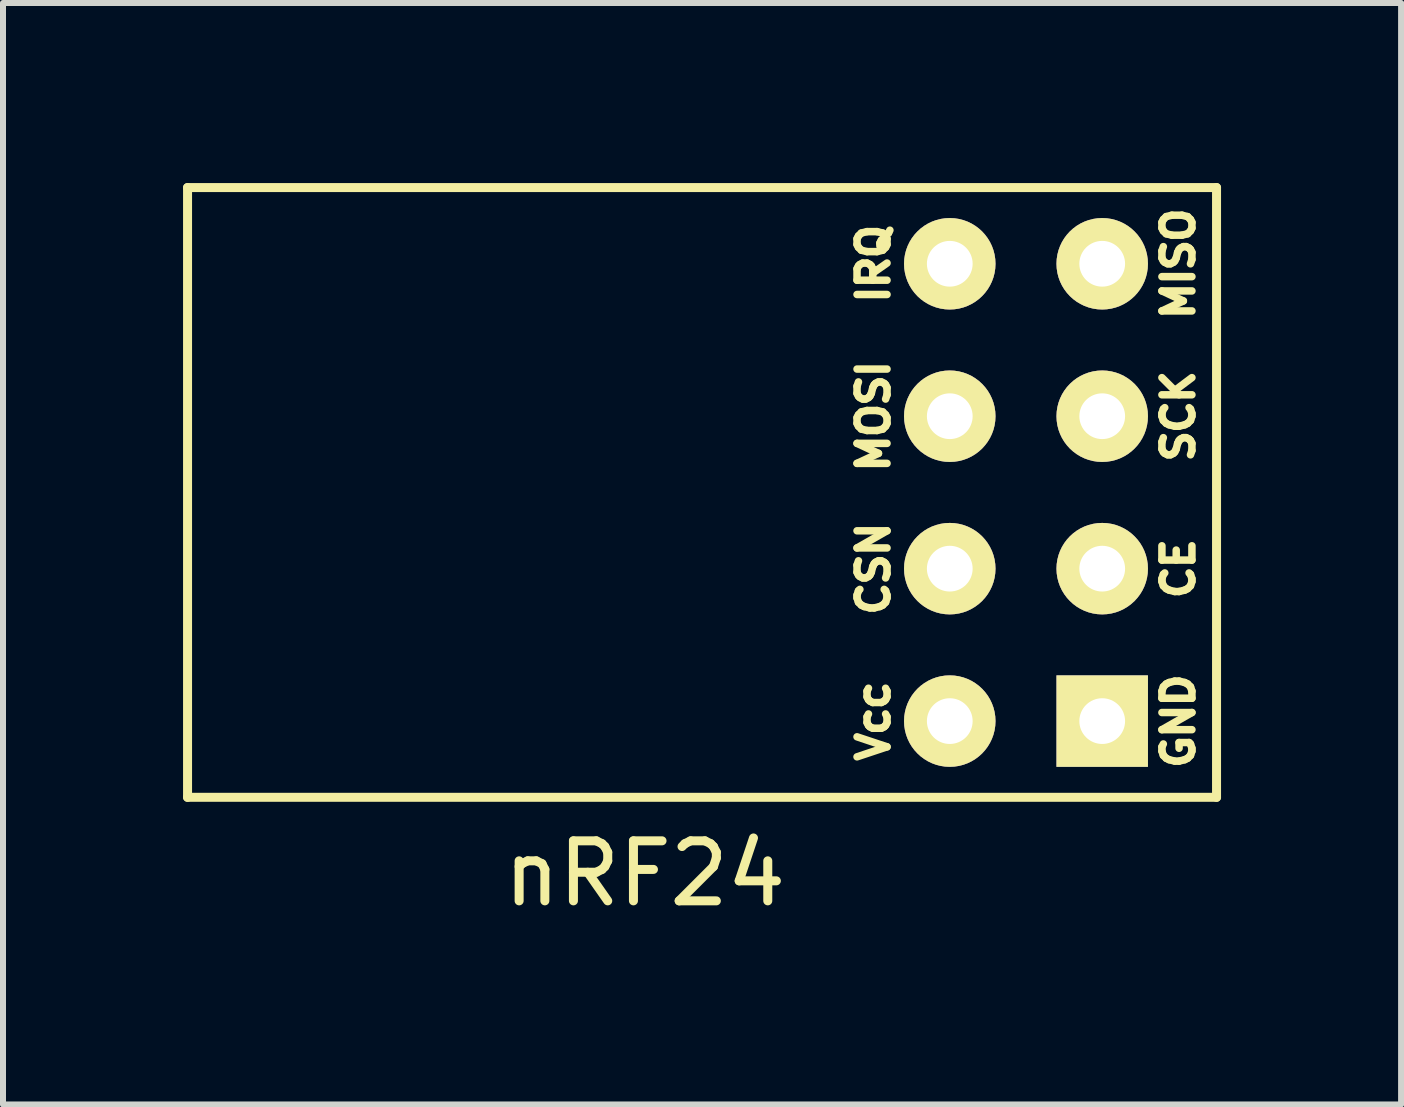
<source format=kicad_pcb>
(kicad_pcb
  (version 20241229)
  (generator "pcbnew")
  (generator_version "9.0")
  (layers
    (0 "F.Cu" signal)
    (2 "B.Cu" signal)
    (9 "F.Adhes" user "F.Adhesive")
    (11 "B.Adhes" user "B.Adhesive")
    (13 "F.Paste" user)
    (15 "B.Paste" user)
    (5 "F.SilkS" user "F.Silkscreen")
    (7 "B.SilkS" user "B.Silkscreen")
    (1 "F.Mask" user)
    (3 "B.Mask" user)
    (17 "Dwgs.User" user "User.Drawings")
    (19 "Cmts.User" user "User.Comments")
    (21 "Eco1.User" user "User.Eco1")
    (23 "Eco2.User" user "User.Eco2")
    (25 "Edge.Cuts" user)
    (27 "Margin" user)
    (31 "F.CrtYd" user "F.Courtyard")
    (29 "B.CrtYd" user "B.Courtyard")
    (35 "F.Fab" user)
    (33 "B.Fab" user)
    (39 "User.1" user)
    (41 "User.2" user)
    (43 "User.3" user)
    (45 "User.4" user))
  (footprint "nRF24"
    (layer "F.Cu")
    (at 7.695 8.965)
    (property "Reference" "nRF24" (at 0 2.54 0) (layer "F.SilkS") (effects (font (size 1 1) (thickness 0.15))))
    (attr through_hole)
    (fp_line (start -7.62 -8.89) (end -7.62 1.27) (stroke (width 0.15) (type solid)) (layer "F.SilkS"))
    (fp_line (start -7.62 -8.89) (end 9.525 -8.89) (stroke (width 0.15) (type solid)) (layer "F.SilkS"))
    (fp_line (start -7.62 1.27) (end 9.525 1.27) (stroke (width 0.15) (type solid)) (layer "F.SilkS"))
    (fp_line (start 9.525 -8.89) (end 9.525 1.27) (stroke (width 0.15) (type solid)) (layer "F.SilkS"))
    (fp_text user "SCK" (at 8.89 -5.08 90) (layer "F.SilkS") (effects (font (size 0.5 0.5) (thickness 0.125))))
    (fp_text user "IRQ" (at 3.81 -7.62 90) (layer "F.SilkS") (effects (font (size 0.5 0.5) (thickness 0.125))))
    (fp_text user "GND" (at 8.89 0 90) (layer "F.SilkS") (effects (font (size 0.5 0.5) (thickness 0.125))))
    (fp_text user "CE" (at 8.89 -2.54 90) (layer "F.SilkS") (effects (font (size 0.5 0.5) (thickness 0.125))))
    (fp_text user "MOSI" (at 3.81 -5.08 90) (layer "F.SilkS") (effects (font (size 0.5 0.5) (thickness 0.125))))
    (fp_text user "Vcc" (at 3.81 0 90) (layer "F.SilkS") (effects (font (size 0.5 0.5) (thickness 0.125))))
    (fp_text user "MISO" (at 8.89 -7.62 90) (layer "F.SilkS") (effects (font (size 0.5 0.5) (thickness 0.125))))
    (fp_text user "CSN" (at 3.81 -2.54 90) (layer "F.SilkS") (effects (font (size 0.5 0.5) (thickness 0.125))))
    (pad "0" thru_hole rect (at 7.62 0) (size 1.524 1.524) (drill 0.762) (layers "*.Cu" "*.Mask" "F.SilkS"))
    (pad "1" thru_hole circle (at 7.62 -2.54) (size 1.524 1.524) (drill 0.762) (layers "*.Cu" "*.Mask" "F.SilkS"))
    (pad "2" thru_hole circle (at 7.62 -5.08) (size 1.524 1.524) (drill 0.762) (layers "*.Cu" "*.Mask" "F.SilkS"))
    (pad "3" thru_hole circle (at 7.62 -7.62) (size 1.524 1.524) (drill 0.762) (layers "*.Cu" "*.Mask" "F.SilkS"))
    (pad "4" thru_hole circle (at 5.08 -7.62) (size 1.524 1.524) (drill 0.762) (layers "*.Cu" "*.Mask" "F.SilkS"))
    (pad "5" thru_hole circle (at 5.08 -5.08) (size 1.524 1.524) (drill 0.762) (layers "*.Cu" "*.Mask" "F.SilkS"))
    (pad "6" thru_hole circle (at 5.08 -2.54) (size 1.524 1.524) (drill 0.762) (layers "*.Cu" "*.Mask" "F.SilkS"))
    (pad "7" thru_hole circle (at 5.08 0) (size 1.524 1.524) (drill 0.762) (layers "*.Cu" "*.Mask" "F.SilkS")))
  (gr_rect
    (start -3 -3)
    (end 20.295 15.353)
    (stroke (width 0.1) (type default))
    (fill no)
    (layer "Edge.Cuts")))
</source>
